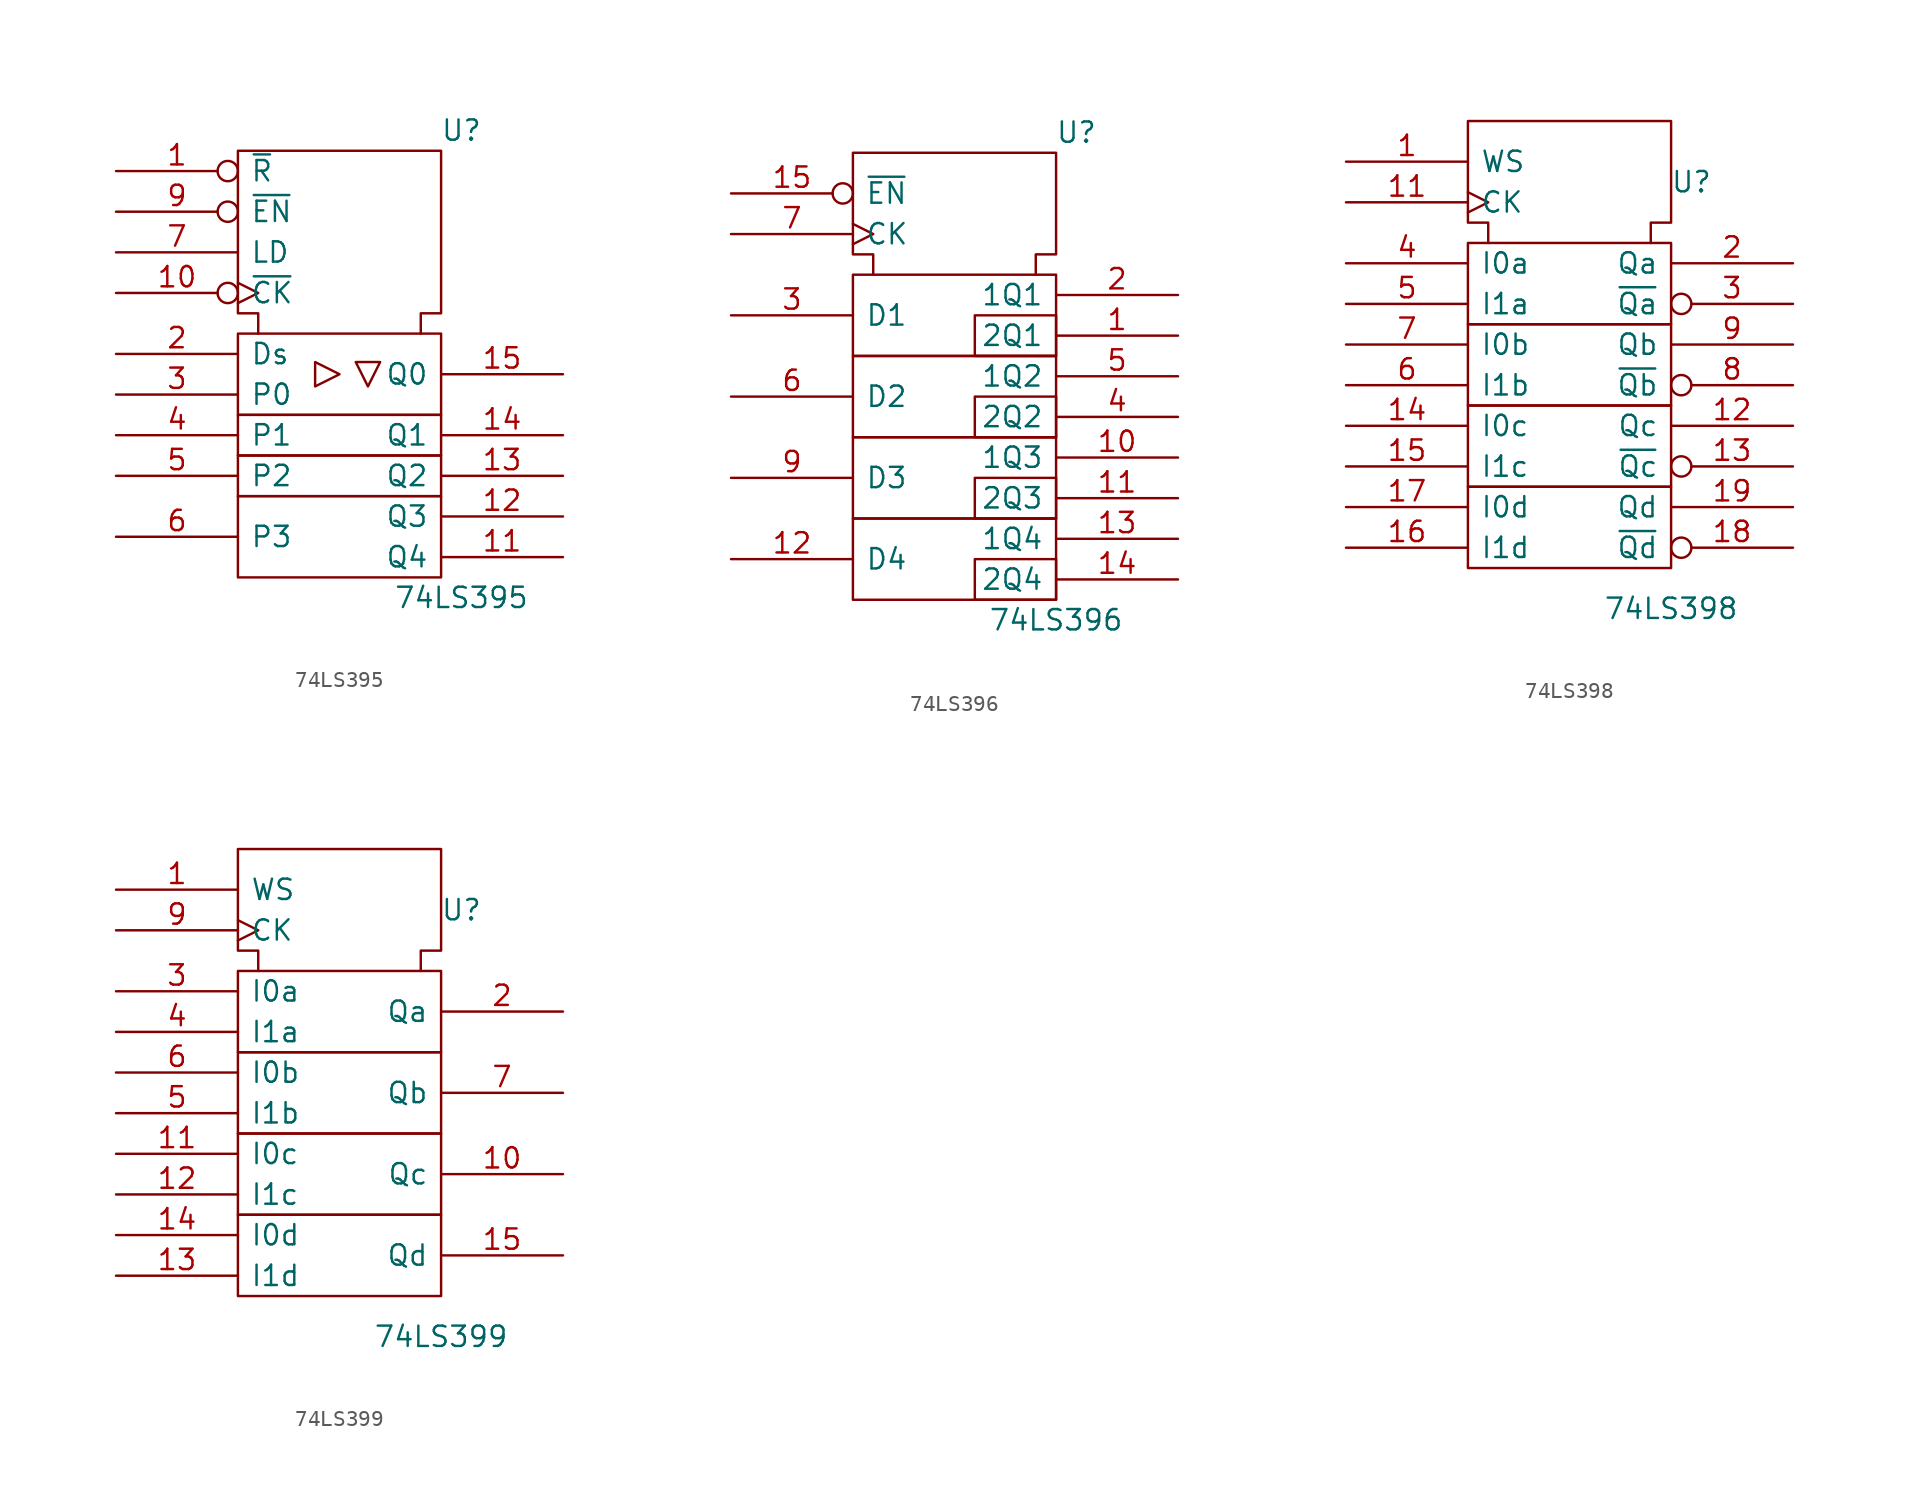
<source format=kicad_sym>
(kicad_symbol_lib
  (version 20211014)
  (generator kicad_symbol_editor)
  (symbol "74LS395"
    (pin_names
      (offset 0.762))
    (property "Reference" "U"
      (at 7.62 13.97 0)
      (effects (font (size 1.27 1.27))))
    (property "Value" "74LS395"
      (at 7.62 -15.24 0)
      (effects (font (size 1.27 1.27))))
    (symbol "74LS395_0_0"
      (rectangle (start -6.35 -8.89) (end 6.35 -13.97) (stroke (width 0) (type default) (color 0 0 0 0)) (fill (type none)))
      (polyline (pts (xy -5.08 1.27) (xy -5.08 2.54) (xy -6.35 2.54) (xy -6.35 12.7) (xy 6.35 12.7) (xy 6.35 2.54) (xy 5.08 2.54) (xy 5.08 1.27) (xy 5.08 1.27)) (stroke (width 0) (type default) (color 0 0 0 0)) (fill (type none)))
      (pin power_in line (at 0 12.7 270) (length 0) hide (name "GND" (effects (font (size 1.27 1.27)))) (number "8" (effects (font (size 1.27 1.27))))))
    (symbol "74LS395_0_1"
      (rectangle (start -6.35 -6.35) (end 6.35 -8.89) (stroke (width 0) (type default) (color 0 0 0 0)) (fill (type none)))
      (rectangle (start -6.35 -3.81) (end 6.35 -6.35) (stroke (width 0) (type default) (color 0 0 0 0)) (fill (type none)))
      (rectangle (start -6.35 1.27) (end 6.35 -3.81) (stroke (width 0) (type default) (color 0 0 0 0)) (fill (type none)))
      (polyline (pts (xy -1.524 -0.508) (xy -1.524 -2.032) (xy 0 -1.27) (xy -1.524 -0.508) (xy -1.524 -0.508)) (stroke (width 0) (type default) (color 0 0 0 0)) (fill (type none)))
      (polyline (pts (xy 2.54 -0.508) (xy 1.016 -0.508) (xy 1.778 -2.032) (xy 2.54 -0.508) (xy 2.54 -0.508)) (stroke (width 0) (type default) (color 0 0 0 0)) (fill (type none)))
      (pin power_in line (at 3.81 12.7 270) (length 0) hide (name "Vdd" (effects (font (size 1.27 1.27)))) (number "16" (effects (font (size 1.27 1.27))))))
    (symbol "74LS395_1_1"
      (pin input inverted (at -13.97 11.43 0) (length 7.62) (name "~{R}" (effects (font (size 1.27 1.27)))) (number "1" (effects (font (size 1.27 1.27)))))
      (pin input inverted_clock (at -13.97 3.81 0) (length 7.62) (name "~{CK}" (effects (font (size 1.27 1.27)))) (number "10" (effects (font (size 1.27 1.27)))))
      (pin input line (at 13.97 -12.7 180) (length 7.62) (name "Q4" (effects (font (size 1.27 1.27)))) (number "11" (effects (font (size 1.27 1.27)))))
      (pin output line (at 13.97 -10.16 180) (length 7.62) (name "Q3" (effects (font (size 1.27 1.27)))) (number "12" (effects (font (size 1.27 1.27)))))
      (pin output line (at 13.97 -7.62 180) (length 7.62) (name "Q2" (effects (font (size 1.27 1.27)))) (number "13" (effects (font (size 1.27 1.27)))))
      (pin output line (at 13.97 -5.08 180) (length 7.62) (name "Q1" (effects (font (size 1.27 1.27)))) (number "14" (effects (font (size 1.27 1.27)))))
      (pin output line (at 13.97 -1.27 180) (length 7.62) (name "Q0" (effects (font (size 1.27 1.27)))) (number "15" (effects (font (size 1.27 1.27)))))
      (pin input line (at -13.97 0 0) (length 7.62) (name "Ds" (effects (font (size 1.27 1.27)))) (number "2" (effects (font (size 1.27 1.27)))))
      (pin input line (at -13.97 -2.54 0) (length 7.62) (name "P0" (effects (font (size 1.27 1.27)))) (number "3" (effects (font (size 1.27 1.27)))))
      (pin input line (at -13.97 -5.08 0) (length 7.62) (name "P1" (effects (font (size 1.27 1.27)))) (number "4" (effects (font (size 1.27 1.27)))))
      (pin input line (at -13.97 -7.62 0) (length 7.62) (name "P2" (effects (font (size 1.27 1.27)))) (number "5" (effects (font (size 1.27 1.27)))))
      (pin input line (at -13.97 -11.43 0) (length 7.62) (name "P3" (effects (font (size 1.27 1.27)))) (number "6" (effects (font (size 1.27 1.27)))))
      (pin input line (at -13.97 6.35 0) (length 7.62) (name "LD" (effects (font (size 1.27 1.27)))) (number "7" (effects (font (size 1.27 1.27)))))
      (pin input inverted (at -13.97 8.89 0) (length 7.62) (name "~{EN}" (effects (font (size 1.27 1.27)))) (number "9" (effects (font (size 1.27 1.27)))))))
  (symbol "74LS396"
    (pin_names
      (offset 0.762))
    (property "Reference" "U"
      (at 7.62 10.16 0)
      (effects (font (size 1.27 1.27))))
    (property "Value" "74LS396"
      (at 6.35 -20.32 0)
      (effects (font (size 1.27 1.27))))
    (symbol "74LS396_0_0"
      (rectangle (start -6.35 -13.97) (end 6.35 -19.05) (stroke (width 0) (type default) (color 0 0 0 0)) (fill (type none)))
      (rectangle (start -6.35 -8.89) (end 6.35 -13.97) (stroke (width 0) (type default) (color 0 0 0 0)) (fill (type none)))
      (rectangle (start -6.35 -3.81) (end 6.35 -8.89) (stroke (width 0) (type default) (color 0 0 0 0)) (fill (type none)))
      (rectangle (start -6.35 1.27) (end 6.35 -3.81) (stroke (width 0) (type default) (color 0 0 0 0)) (fill (type none)))
      (rectangle (start 6.35 -16.51) (end 1.27 -19.05) (stroke (width 0) (type default) (color 0 0 0 0)) (fill (type none)))
      (rectangle (start 6.35 -11.43) (end 1.27 -13.97) (stroke (width 0) (type default) (color 0 0 0 0)) (fill (type none)))
      (rectangle (start 6.35 -6.35) (end 1.27 -8.89) (stroke (width 0) (type default) (color 0 0 0 0)) (fill (type none)))
      (rectangle (start 6.35 -1.27) (end 1.27 -3.81) (stroke (width 0) (type default) (color 0 0 0 0)) (fill (type none))))
    (symbol "74LS396_0_1"
      (polyline (pts (xy -5.08 1.27) (xy -5.08 2.54) (xy -6.35 2.54) (xy -6.35 8.89) (xy 6.35 8.89) (xy 6.35 2.54) (xy 5.08 2.54) (xy 5.08 1.27) (xy 5.08 1.27)) (stroke (width 0) (type default) (color 0 0 0 0)) (fill (type none))))
    (symbol "74LS396_1_1"
      (pin output line (at 13.97 -2.54 180) (length 7.62) (name "2Q1" (effects (font (size 1.27 1.27)))) (number "1" (effects (font (size 1.27 1.27)))))
      (pin output line (at 13.97 -10.16 180) (length 7.62) (name "1Q3" (effects (font (size 1.27 1.27)))) (number "10" (effects (font (size 1.27 1.27)))))
      (pin output line (at 13.97 -12.7 180) (length 7.62) (name "2Q3" (effects (font (size 1.27 1.27)))) (number "11" (effects (font (size 1.27 1.27)))))
      (pin input line (at -13.97 -16.51 0) (length 7.62) (name "D4" (effects (font (size 1.27 1.27)))) (number "12" (effects (font (size 1.27 1.27)))))
      (pin output line (at 13.97 -15.24 180) (length 7.62) (name "1Q4" (effects (font (size 1.27 1.27)))) (number "13" (effects (font (size 1.27 1.27)))))
      (pin output line (at 13.97 -17.78 180) (length 7.62) (name "2Q4" (effects (font (size 1.27 1.27)))) (number "14" (effects (font (size 1.27 1.27)))))
      (pin input inverted (at -13.97 6.35 0) (length 7.62) (name "~{EN}" (effects (font (size 1.27 1.27)))) (number "15" (effects (font (size 1.27 1.27)))))
      (pin power_in line (at 3.81 8.89 270) (length 0) hide (name "Vdd" (effects (font (size 1.27 1.27)))) (number "16" (effects (font (size 1.27 1.27)))))
      (pin output line (at 13.97 0 180) (length 7.62) (name "1Q1" (effects (font (size 1.27 1.27)))) (number "2" (effects (font (size 1.27 1.27)))))
      (pin input line (at -13.97 -1.27 0) (length 7.62) (name "D1" (effects (font (size 1.27 1.27)))) (number "3" (effects (font (size 1.27 1.27)))))
      (pin output line (at 13.97 -7.62 180) (length 7.62) (name "2Q2" (effects (font (size 1.27 1.27)))) (number "4" (effects (font (size 1.27 1.27)))))
      (pin output line (at 13.97 -5.08 180) (length 7.62) (name "1Q2" (effects (font (size 1.27 1.27)))) (number "5" (effects (font (size 1.27 1.27)))))
      (pin input line (at -13.97 -6.35 0) (length 7.62) (name "D2" (effects (font (size 1.27 1.27)))) (number "6" (effects (font (size 1.27 1.27)))))
      (pin input clock (at -13.97 3.81 0) (length 7.62) (name "CK" (effects (font (size 1.27 1.27)))) (number "7" (effects (font (size 1.27 1.27)))))
      (pin power_in line (at 0 8.89 270) (length 0) hide (name "Vss" (effects (font (size 1.27 1.27)))) (number "8" (effects (font (size 1.27 1.27)))))
      (pin input line (at -13.97 -11.43 0) (length 7.62) (name "D3" (effects (font (size 1.27 1.27)))) (number "9" (effects (font (size 1.27 1.27)))))))
  (symbol "74LS398"
    (pin_names
      (offset 0.762))
    (property "Reference" "U"
      (at 7.62 10.16 0)
      (effects (font (size 1.27 1.27))))
    (property "Value" "74LS398"
      (at 6.35 -16.51 0)
      (effects (font (size 1.27 1.27))))
    (symbol "74LS398_0_0"
      (rectangle (start -6.35 -8.89) (end 6.35 -13.97) (stroke (width 0) (type default) (color 0 0 0 0)) (fill (type none)))
      (rectangle (start -6.35 -3.81) (end 6.35 -8.89) (stroke (width 0) (type default) (color 0 0 0 0)) (fill (type none)))
      (rectangle (start -6.35 1.27) (end 6.35 -3.81) (stroke (width 0) (type default) (color 0 0 0 0)) (fill (type none)))
      (rectangle (start -6.35 6.35) (end 6.35 1.27) (stroke (width 0) (type default) (color 0 0 0 0)) (fill (type none)))
      (polyline (pts (xy -5.08 6.35) (xy -5.08 7.62) (xy -6.35 7.62) (xy -6.35 13.97) (xy 6.35 13.97) (xy 6.35 7.62) (xy 5.08 7.62) (xy 5.08 6.35) (xy 5.08 6.35)) (stroke (width 0) (type default) (color 0 0 0 0)) (fill (type none)))
      (pin power_in line (at 0 13.97 270) (length 0) hide (name "GND" (effects (font (size 1.27 1.27)))) (number "10" (effects (font (size 1.27 1.27)))))
      (pin power_in line (at 3.81 13.97 270) (length 0) hide (name "VCC" (effects (font (size 1.27 1.27)))) (number "20" (effects (font (size 1.27 1.27))))))
    (symbol "74LS398_1_1"
      (pin input line (at -13.97 11.43 0) (length 7.62) (name "WS" (effects (font (size 1.27 1.27)))) (number "1" (effects (font (size 1.27 1.27)))))
      (pin input clock (at -13.97 8.89 0) (length 7.62) (name "CK" (effects (font (size 1.27 1.27)))) (number "11" (effects (font (size 1.27 1.27)))))
      (pin tri_state line (at 13.97 -5.08 180) (length 7.62) (name "Qc" (effects (font (size 1.27 1.27)))) (number "12" (effects (font (size 1.27 1.27)))))
      (pin output inverted (at 13.97 -7.62 180) (length 7.62) (name "~{Qc}" (effects (font (size 1.27 1.27)))) (number "13" (effects (font (size 1.27 1.27)))))
      (pin input line (at -13.97 -5.08 0) (length 7.62) (name "I0c" (effects (font (size 1.27 1.27)))) (number "14" (effects (font (size 1.27 1.27)))))
      (pin input line (at -13.97 -7.62 0) (length 7.62) (name "I1c" (effects (font (size 1.27 1.27)))) (number "15" (effects (font (size 1.27 1.27)))))
      (pin input line (at -13.97 -12.7 0) (length 7.62) (name "I1d" (effects (font (size 1.27 1.27)))) (number "16" (effects (font (size 1.27 1.27)))))
      (pin input line (at -13.97 -10.16 0) (length 7.62) (name "I0d" (effects (font (size 1.27 1.27)))) (number "17" (effects (font (size 1.27 1.27)))))
      (pin output inverted (at 13.97 -12.7 180) (length 7.62) (name "~{Qd}" (effects (font (size 1.27 1.27)))) (number "18" (effects (font (size 1.27 1.27)))))
      (pin tri_state line (at 13.97 -10.16 180) (length 7.62) (name "Qd" (effects (font (size 1.27 1.27)))) (number "19" (effects (font (size 1.27 1.27)))))
      (pin tri_state line (at 13.97 5.08 180) (length 7.62) (name "Qa" (effects (font (size 1.27 1.27)))) (number "2" (effects (font (size 1.27 1.27)))))
      (pin output inverted (at 13.97 2.54 180) (length 7.62) (name "~{Qa}" (effects (font (size 1.27 1.27)))) (number "3" (effects (font (size 1.27 1.27)))))
      (pin input line (at -13.97 5.08 0) (length 7.62) (name "I0a" (effects (font (size 1.27 1.27)))) (number "4" (effects (font (size 1.27 1.27)))))
      (pin input line (at -13.97 2.54 0) (length 7.62) (name "I1a" (effects (font (size 1.27 1.27)))) (number "5" (effects (font (size 1.27 1.27)))))
      (pin input line (at -13.97 -2.54 0) (length 7.62) (name "I1b" (effects (font (size 1.27 1.27)))) (number "6" (effects (font (size 1.27 1.27)))))
      (pin input line (at -13.97 0 0) (length 7.62) (name "I0b" (effects (font (size 1.27 1.27)))) (number "7" (effects (font (size 1.27 1.27)))))
      (pin output inverted (at 13.97 -2.54 180) (length 7.62) (name "~{Qb}" (effects (font (size 1.27 1.27)))) (number "8" (effects (font (size 1.27 1.27)))))
      (pin tri_state line (at 13.97 0 180) (length 7.62) (name "Qb" (effects (font (size 1.27 1.27)))) (number "9" (effects (font (size 1.27 1.27)))))))
  (symbol "74LS399"
    (pin_names
      (offset 0.762))
    (property "Reference" "U"
      (at 7.62 10.16 0)
      (effects (font (size 1.27 1.27))))
    (property "Value" "74LS399"
      (at 6.35 -16.51 0)
      (effects (font (size 1.27 1.27))))
    (symbol "74LS399_0_0"
      (rectangle (start -6.35 -8.89) (end 6.35 -13.97) (stroke (width 0) (type default) (color 0 0 0 0)) (fill (type none)))
      (rectangle (start -6.35 -3.81) (end 6.35 -8.89) (stroke (width 0) (type default) (color 0 0 0 0)) (fill (type none)))
      (rectangle (start -6.35 1.27) (end 6.35 -3.81) (stroke (width 0) (type default) (color 0 0 0 0)) (fill (type none)))
      (rectangle (start -6.35 6.35) (end 6.35 1.27) (stroke (width 0) (type default) (color 0 0 0 0)) (fill (type none)))
      (polyline (pts (xy -5.08 6.35) (xy -5.08 7.62) (xy -6.35 7.62) (xy -6.35 13.97) (xy 6.35 13.97) (xy 6.35 7.62) (xy 5.08 7.62) (xy 5.08 6.35) (xy 5.08 6.35)) (stroke (width 0) (type default) (color 0 0 0 0)) (fill (type none)))
      (pin power_in line (at 3.81 13.97 270) (length 0) hide (name "VCC" (effects (font (size 1.27 1.27)))) (number "16" (effects (font (size 1.27 1.27)))))
      (pin power_in line (at 0 13.97 270) (length 0) hide (name "GND" (effects (font (size 1.27 1.27)))) (number "8" (effects (font (size 1.27 1.27))))))
    (symbol "74LS399_1_1"
      (pin input line (at -13.97 11.43 0) (length 7.62) (name "WS" (effects (font (size 1.27 1.27)))) (number "1" (effects (font (size 1.27 1.27)))))
      (pin tri_state line (at 13.97 -6.35 180) (length 7.62) (name "Qc" (effects (font (size 1.27 1.27)))) (number "10" (effects (font (size 1.27 1.27)))))
      (pin input line (at -13.97 -5.08 0) (length 7.62) (name "I0c" (effects (font (size 1.27 1.27)))) (number "11" (effects (font (size 1.27 1.27)))))
      (pin input line (at -13.97 -7.62 0) (length 7.62) (name "I1c" (effects (font (size 1.27 1.27)))) (number "12" (effects (font (size 1.27 1.27)))))
      (pin input line (at -13.97 -12.7 0) (length 7.62) (name "I1d" (effects (font (size 1.27 1.27)))) (number "13" (effects (font (size 1.27 1.27)))))
      (pin input line (at -13.97 -10.16 0) (length 7.62) (name "I0d" (effects (font (size 1.27 1.27)))) (number "14" (effects (font (size 1.27 1.27)))))
      (pin tri_state line (at 13.97 -11.43 180) (length 7.62) (name "Qd" (effects (font (size 1.27 1.27)))) (number "15" (effects (font (size 1.27 1.27)))))
      (pin tri_state line (at 13.97 3.81 180) (length 7.62) (name "Qa" (effects (font (size 1.27 1.27)))) (number "2" (effects (font (size 1.27 1.27)))))
      (pin input line (at -13.97 5.08 0) (length 7.62) (name "I0a" (effects (font (size 1.27 1.27)))) (number "3" (effects (font (size 1.27 1.27)))))
      (pin input line (at -13.97 2.54 0) (length 7.62) (name "I1a" (effects (font (size 1.27 1.27)))) (number "4" (effects (font (size 1.27 1.27)))))
      (pin input line (at -13.97 -2.54 0) (length 7.62) (name "I1b" (effects (font (size 1.27 1.27)))) (number "5" (effects (font (size 1.27 1.27)))))
      (pin input line (at -13.97 0 0) (length 7.62) (name "I0b" (effects (font (size 1.27 1.27)))) (number "6" (effects (font (size 1.27 1.27)))))
      (pin tri_state line (at 13.97 -1.27 180) (length 7.62) (name "Qb" (effects (font (size 1.27 1.27)))) (number "7" (effects (font (size 1.27 1.27)))))
      (pin input clock (at -13.97 8.89 0) (length 7.62) (name "CK" (effects (font (size 1.27 1.27)))) (number "9" (effects (font (size 1.27 1.27))))))))
</source>
